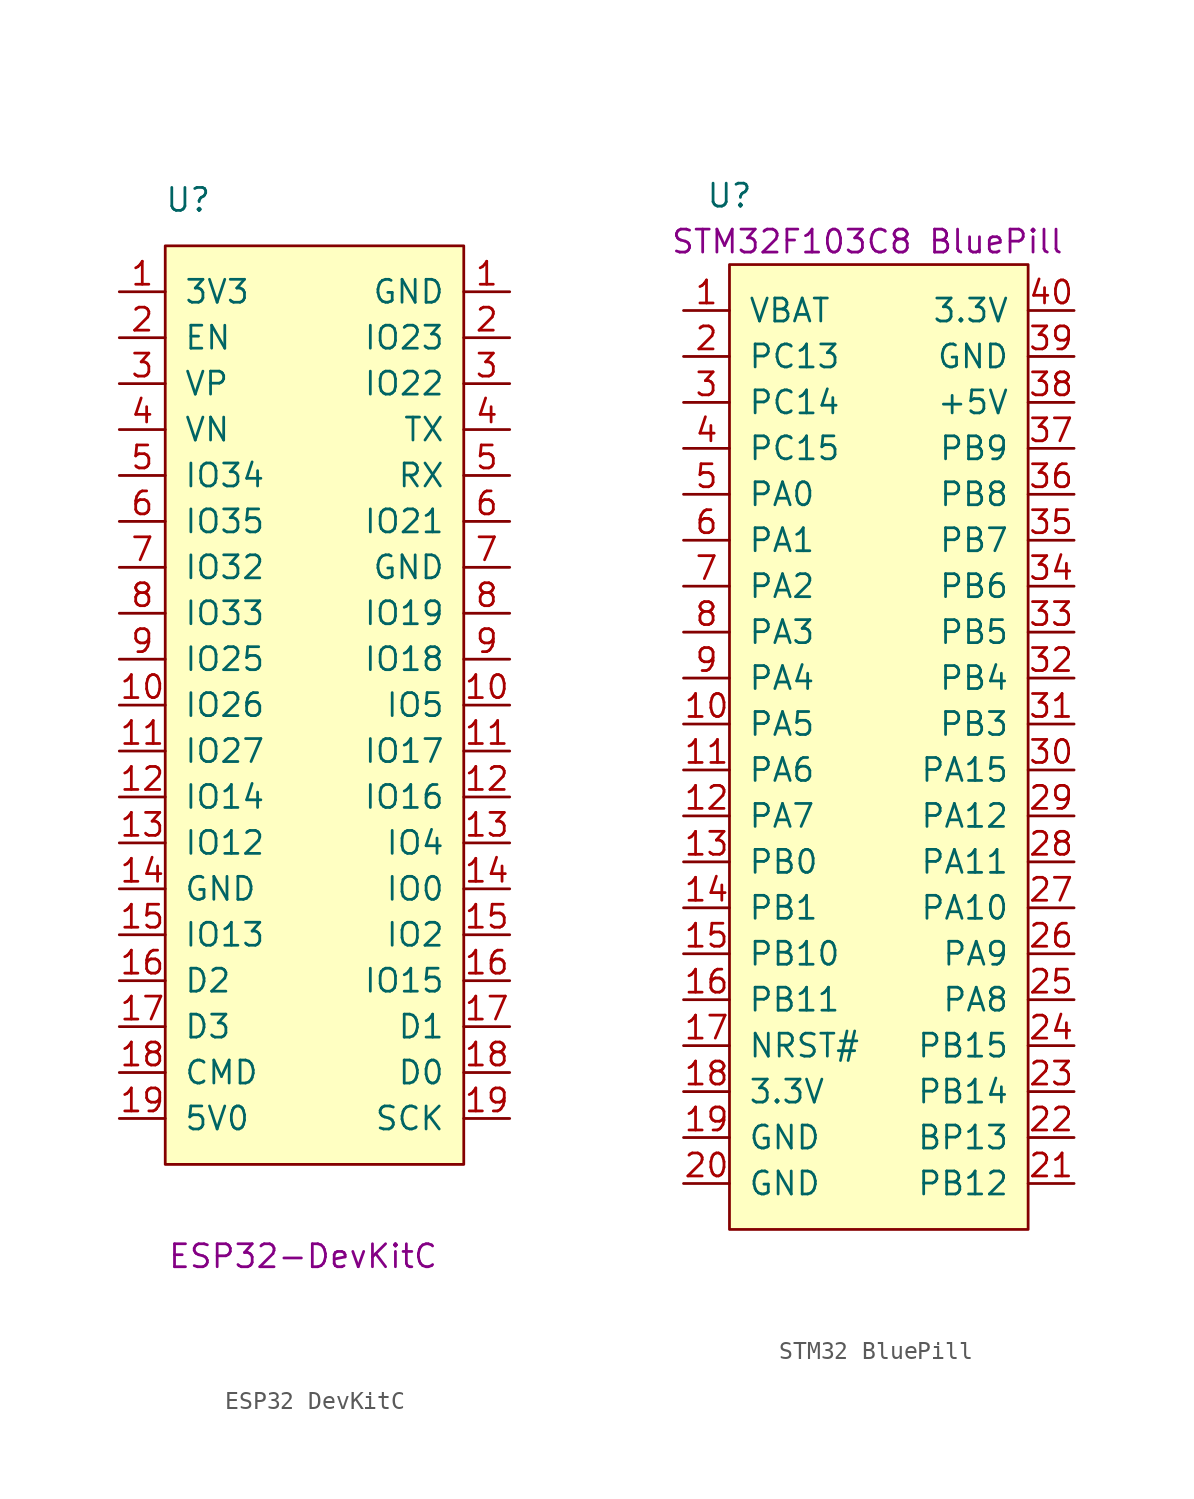
<source format=kicad_sym>
(kicad_symbol_lib
  (version 20211014)
  (generator kicad_symbol_editor)
  (symbol "ESP32 DevKitC"
    (pin_names
      (offset 1.016))
    (property "Reference" "U"
      (at 1.27 2.54 0)
      (effects (font (size 1.27 1.27))))
    (property "Comment" "ESP32-DevKitC"
      (at 7.62 -55.88 0)
      (effects (font (size 1.27 1.27))))
    (symbol "ESP32 DevKitC_0_1"
      (rectangle (start 0 0) (end 16.51 -50.8) (stroke (width 0) (type default) (color 0 0 0 0)) (fill (type background))))
    (symbol "ESP32 DevKitC_1_1"
      (pin output line (at -2.54 -2.54 0) (length 2.54) (name "3V3" (effects (font (size 1.27 1.27)))) (number "1" (effects (font (size 1.27 1.27)))))
      (pin power_in line (at 19.05 -2.54 180) (length 2.54) (name "GND" (effects (font (size 1.27 1.27)))) (number "1" (effects (font (size 1.27 1.27)))))
      (pin bidirectional line (at -2.54 -25.4 0) (length 2.54) (name "IO26" (effects (font (size 1.27 1.27)))) (number "10" (effects (font (size 1.27 1.27)))))
      (pin bidirectional line (at 19.05 -25.4 180) (length 2.54) (name "IO5" (effects (font (size 1.27 1.27)))) (number "10" (effects (font (size 1.27 1.27)))))
      (pin bidirectional line (at 19.05 -27.94 180) (length 2.54) (name "IO17" (effects (font (size 1.27 1.27)))) (number "11" (effects (font (size 1.27 1.27)))))
      (pin bidirectional line (at -2.54 -27.94 0) (length 2.54) (name "IO27" (effects (font (size 1.27 1.27)))) (number "11" (effects (font (size 1.27 1.27)))))
      (pin bidirectional line (at -2.54 -30.48 0) (length 2.54) (name "IO14" (effects (font (size 1.27 1.27)))) (number "12" (effects (font (size 1.27 1.27)))))
      (pin bidirectional line (at 19.05 -30.48 180) (length 2.54) (name "IO16" (effects (font (size 1.27 1.27)))) (number "12" (effects (font (size 1.27 1.27)))))
      (pin bidirectional line (at -2.54 -33.02 0) (length 2.54) (name "IO12" (effects (font (size 1.27 1.27)))) (number "13" (effects (font (size 1.27 1.27)))))
      (pin bidirectional line (at 19.05 -33.02 180) (length 2.54) (name "IO4" (effects (font (size 1.27 1.27)))) (number "13" (effects (font (size 1.27 1.27)))))
      (pin power_in line (at -2.54 -35.56 0) (length 2.54) (name "GND" (effects (font (size 1.27 1.27)))) (number "14" (effects (font (size 1.27 1.27)))))
      (pin bidirectional line (at 19.05 -35.56 180) (length 2.54) (name "IO0" (effects (font (size 1.27 1.27)))) (number "14" (effects (font (size 1.27 1.27)))))
      (pin bidirectional line (at -2.54 -38.1 0) (length 2.54) (name "IO13" (effects (font (size 1.27 1.27)))) (number "15" (effects (font (size 1.27 1.27)))))
      (pin bidirectional line (at 19.05 -38.1 180) (length 2.54) (name "IO2" (effects (font (size 1.27 1.27)))) (number "15" (effects (font (size 1.27 1.27)))))
      (pin bidirectional line (at -2.54 -40.64 0) (length 2.54) (name "D2" (effects (font (size 1.27 1.27)))) (number "16" (effects (font (size 1.27 1.27)))))
      (pin bidirectional line (at 19.05 -40.64 180) (length 2.54) (name "IO15" (effects (font (size 1.27 1.27)))) (number "16" (effects (font (size 1.27 1.27)))))
      (pin bidirectional line (at 19.05 -43.18 180) (length 2.54) (name "D1" (effects (font (size 1.27 1.27)))) (number "17" (effects (font (size 1.27 1.27)))))
      (pin bidirectional line (at -2.54 -43.18 0) (length 2.54) (name "D3" (effects (font (size 1.27 1.27)))) (number "17" (effects (font (size 1.27 1.27)))))
      (pin bidirectional line (at -2.54 -45.72 0) (length 2.54) (name "CMD" (effects (font (size 1.27 1.27)))) (number "18" (effects (font (size 1.27 1.27)))))
      (pin bidirectional line (at 19.05 -45.72 180) (length 2.54) (name "D0" (effects (font (size 1.27 1.27)))) (number "18" (effects (font (size 1.27 1.27)))))
      (pin power_in line (at -2.54 -48.26 0) (length 2.54) (name "5V0" (effects (font (size 1.27 1.27)))) (number "19" (effects (font (size 1.27 1.27)))))
      (pin output line (at 19.05 -48.26 180) (length 2.54) (name "SCK" (effects (font (size 1.27 1.27)))) (number "19" (effects (font (size 1.27 1.27)))))
      (pin input line (at -2.54 -5.08 0) (length 2.54) (name "EN" (effects (font (size 1.27 1.27)))) (number "2" (effects (font (size 1.27 1.27)))))
      (pin bidirectional line (at 19.05 -5.08 180) (length 2.54) (name "IO23" (effects (font (size 1.27 1.27)))) (number "2" (effects (font (size 1.27 1.27)))))
      (pin bidirectional line (at 19.05 -7.62 180) (length 2.54) (name "IO22" (effects (font (size 1.27 1.27)))) (number "3" (effects (font (size 1.27 1.27)))))
      (pin input line (at -2.54 -7.62 0) (length 2.54) (name "VP" (effects (font (size 1.27 1.27)))) (number "3" (effects (font (size 1.27 1.27)))))
      (pin output line (at 19.05 -10.16 180) (length 2.54) (name "TX" (effects (font (size 1.27 1.27)))) (number "4" (effects (font (size 1.27 1.27)))))
      (pin input line (at -2.54 -10.16 0) (length 2.54) (name "VN" (effects (font (size 1.27 1.27)))) (number "4" (effects (font (size 1.27 1.27)))))
      (pin bidirectional line (at -2.54 -12.7 0) (length 2.54) (name "IO34" (effects (font (size 1.27 1.27)))) (number "5" (effects (font (size 1.27 1.27)))))
      (pin input line (at 19.05 -12.7 180) (length 2.54) (name "RX" (effects (font (size 1.27 1.27)))) (number "5" (effects (font (size 1.27 1.27)))))
      (pin bidirectional line (at 19.05 -15.24 180) (length 2.54) (name "IO21" (effects (font (size 1.27 1.27)))) (number "6" (effects (font (size 1.27 1.27)))))
      (pin bidirectional line (at -2.54 -15.24 0) (length 2.54) (name "IO35" (effects (font (size 1.27 1.27)))) (number "6" (effects (font (size 1.27 1.27)))))
      (pin power_in line (at 19.05 -17.78 180) (length 2.54) (name "GND" (effects (font (size 1.27 1.27)))) (number "7" (effects (font (size 1.27 1.27)))))
      (pin bidirectional line (at -2.54 -17.78 0) (length 2.54) (name "IO32" (effects (font (size 1.27 1.27)))) (number "7" (effects (font (size 1.27 1.27)))))
      (pin bidirectional line (at 19.05 -20.32 180) (length 2.54) (name "IO19" (effects (font (size 1.27 1.27)))) (number "8" (effects (font (size 1.27 1.27)))))
      (pin bidirectional line (at -2.54 -20.32 0) (length 2.54) (name "IO33" (effects (font (size 1.27 1.27)))) (number "8" (effects (font (size 1.27 1.27)))))
      (pin bidirectional line (at 19.05 -22.86 180) (length 2.54) (name "IO18" (effects (font (size 1.27 1.27)))) (number "9" (effects (font (size 1.27 1.27)))))
      (pin bidirectional line (at -2.54 -22.86 0) (length 2.54) (name "IO25" (effects (font (size 1.27 1.27)))) (number "9" (effects (font (size 1.27 1.27)))))))
  (symbol "STM32 BluePill"
    (pin_names
      (offset 1.016))
    (property "Reference" "U"
      (at 0 3.81 0)
      (effects (font (size 1.27 1.27))))
    (property "Comment" "STM32F103C8 BluePill"
      (at 7.62 1.27 0)
      (effects (font (size 1.27 1.27))))
    (symbol "STM32 BluePill_0_1"
      (rectangle (start 0 0) (end 16.51 -53.34) (stroke (width 0) (type default) (color 0 0 0 0)) (fill (type background))))
    (symbol "STM32 BluePill_1_1"
      (pin output line (at -2.54 -2.54 0) (length 2.54) (name "VBAT" (effects (font (size 1.27 1.27)))) (number "1" (effects (font (size 1.27 1.27)))))
      (pin bidirectional line (at -2.54 -25.4 0) (length 2.54) (name "PA5" (effects (font (size 1.27 1.27)))) (number "10" (effects (font (size 1.27 1.27)))))
      (pin bidirectional line (at -2.54 -27.94 0) (length 2.54) (name "PA6" (effects (font (size 1.27 1.27)))) (number "11" (effects (font (size 1.27 1.27)))))
      (pin bidirectional line (at -2.54 -30.48 0) (length 2.54) (name "PA7" (effects (font (size 1.27 1.27)))) (number "12" (effects (font (size 1.27 1.27)))))
      (pin bidirectional line (at -2.54 -33.02 0) (length 2.54) (name "PB0" (effects (font (size 1.27 1.27)))) (number "13" (effects (font (size 1.27 1.27)))))
      (pin power_in line (at -2.54 -35.56 0) (length 2.54) (name "PB1" (effects (font (size 1.27 1.27)))) (number "14" (effects (font (size 1.27 1.27)))))
      (pin bidirectional line (at -2.54 -38.1 0) (length 2.54) (name "PB10" (effects (font (size 1.27 1.27)))) (number "15" (effects (font (size 1.27 1.27)))))
      (pin bidirectional line (at -2.54 -40.64 0) (length 2.54) (name "PB11" (effects (font (size 1.27 1.27)))) (number "16" (effects (font (size 1.27 1.27)))))
      (pin input line (at -2.54 -43.18 0) (length 2.54) (name "NRST#" (effects (font (size 1.27 1.27)))) (number "17" (effects (font (size 1.27 1.27)))))
      (pin power_in line (at -2.54 -45.72 0) (length 2.54) (name "3.3V" (effects (font (size 1.27 1.27)))) (number "18" (effects (font (size 1.27 1.27)))))
      (pin power_in line (at -2.54 -48.26 0) (length 2.54) (name "GND" (effects (font (size 1.27 1.27)))) (number "19" (effects (font (size 1.27 1.27)))))
      (pin input line (at -2.54 -5.08 0) (length 2.54) (name "PC13" (effects (font (size 1.27 1.27)))) (number "2" (effects (font (size 1.27 1.27)))))
      (pin power_in line (at -2.54 -50.8 0) (length 2.54) (name "GND" (effects (font (size 1.27 1.27)))) (number "20" (effects (font (size 1.27 1.27)))))
      (pin bidirectional line (at 19.05 -50.8 180) (length 2.54) (name "PB12" (effects (font (size 1.27 1.27)))) (number "21" (effects (font (size 1.27 1.27)))))
      (pin bidirectional line (at 19.05 -48.26 180) (length 2.54) (name "BP13" (effects (font (size 1.27 1.27)))) (number "22" (effects (font (size 1.27 1.27)))))
      (pin bidirectional line (at 19.05 -45.72 180) (length 2.54) (name "PB14" (effects (font (size 1.27 1.27)))) (number "23" (effects (font (size 1.27 1.27)))))
      (pin bidirectional line (at 19.05 -43.18 180) (length 2.54) (name "PB15" (effects (font (size 1.27 1.27)))) (number "24" (effects (font (size 1.27 1.27)))))
      (pin bidirectional line (at 19.05 -40.64 180) (length 2.54) (name "PA8" (effects (font (size 1.27 1.27)))) (number "25" (effects (font (size 1.27 1.27)))))
      (pin bidirectional line (at 19.05 -38.1 180) (length 2.54) (name "PA9" (effects (font (size 1.27 1.27)))) (number "26" (effects (font (size 1.27 1.27)))))
      (pin bidirectional line (at 19.05 -35.56 180) (length 2.54) (name "PA10" (effects (font (size 1.27 1.27)))) (number "27" (effects (font (size 1.27 1.27)))))
      (pin bidirectional line (at 19.05 -33.02 180) (length 2.54) (name "PA11" (effects (font (size 1.27 1.27)))) (number "28" (effects (font (size 1.27 1.27)))))
      (pin bidirectional line (at 19.05 -30.48 180) (length 2.54) (name "PA12" (effects (font (size 1.27 1.27)))) (number "29" (effects (font (size 1.27 1.27)))))
      (pin input line (at -2.54 -7.62 0) (length 2.54) (name "PC14" (effects (font (size 1.27 1.27)))) (number "3" (effects (font (size 1.27 1.27)))))
      (pin bidirectional line (at 19.05 -27.94 180) (length 2.54) (name "PA15" (effects (font (size 1.27 1.27)))) (number "30" (effects (font (size 1.27 1.27)))))
      (pin bidirectional line (at 19.05 -25.4 180) (length 2.54) (name "PB3" (effects (font (size 1.27 1.27)))) (number "31" (effects (font (size 1.27 1.27)))))
      (pin bidirectional line (at 19.05 -22.86 180) (length 2.54) (name "PB4" (effects (font (size 1.27 1.27)))) (number "32" (effects (font (size 1.27 1.27)))))
      (pin bidirectional line (at 19.05 -20.32 180) (length 2.54) (name "PB5" (effects (font (size 1.27 1.27)))) (number "33" (effects (font (size 1.27 1.27)))))
      (pin power_in line (at 19.05 -17.78 180) (length 2.54) (name "PB6" (effects (font (size 1.27 1.27)))) (number "34" (effects (font (size 1.27 1.27)))))
      (pin bidirectional line (at 19.05 -15.24 180) (length 2.54) (name "PB7" (effects (font (size 1.27 1.27)))) (number "35" (effects (font (size 1.27 1.27)))))
      (pin bidirectional line (at 19.05 -12.7 180) (length 2.54) (name "PB8" (effects (font (size 1.27 1.27)))) (number "36" (effects (font (size 1.27 1.27)))))
      (pin bidirectional line (at 19.05 -10.16 180) (length 2.54) (name "PB9" (effects (font (size 1.27 1.27)))) (number "37" (effects (font (size 1.27 1.27)))))
      (pin power_in line (at 19.05 -7.62 180) (length 2.54) (name "+5V" (effects (font (size 1.27 1.27)))) (number "38" (effects (font (size 1.27 1.27)))))
      (pin power_in line (at 19.05 -5.08 180) (length 2.54) (name "GND" (effects (font (size 1.27 1.27)))) (number "39" (effects (font (size 1.27 1.27)))))
      (pin input line (at -2.54 -10.16 0) (length 2.54) (name "PC15" (effects (font (size 1.27 1.27)))) (number "4" (effects (font (size 1.27 1.27)))))
      (pin output line (at 19.05 -2.54 180) (length 2.54) (name "3.3V" (effects (font (size 1.27 1.27)))) (number "40" (effects (font (size 1.27 1.27)))))
      (pin bidirectional line (at -2.54 -12.7 0) (length 2.54) (name "PA0" (effects (font (size 1.27 1.27)))) (number "5" (effects (font (size 1.27 1.27)))))
      (pin bidirectional line (at -2.54 -15.24 0) (length 2.54) (name "PA1" (effects (font (size 1.27 1.27)))) (number "6" (effects (font (size 1.27 1.27)))))
      (pin bidirectional line (at -2.54 -17.78 0) (length 2.54) (name "PA2" (effects (font (size 1.27 1.27)))) (number "7" (effects (font (size 1.27 1.27)))))
      (pin bidirectional line (at -2.54 -20.32 0) (length 2.54) (name "PA3" (effects (font (size 1.27 1.27)))) (number "8" (effects (font (size 1.27 1.27)))))
      (pin bidirectional line (at -2.54 -22.86 0) (length 2.54) (name "PA4" (effects (font (size 1.27 1.27)))) (number "9" (effects (font (size 1.27 1.27))))))))
</source>
